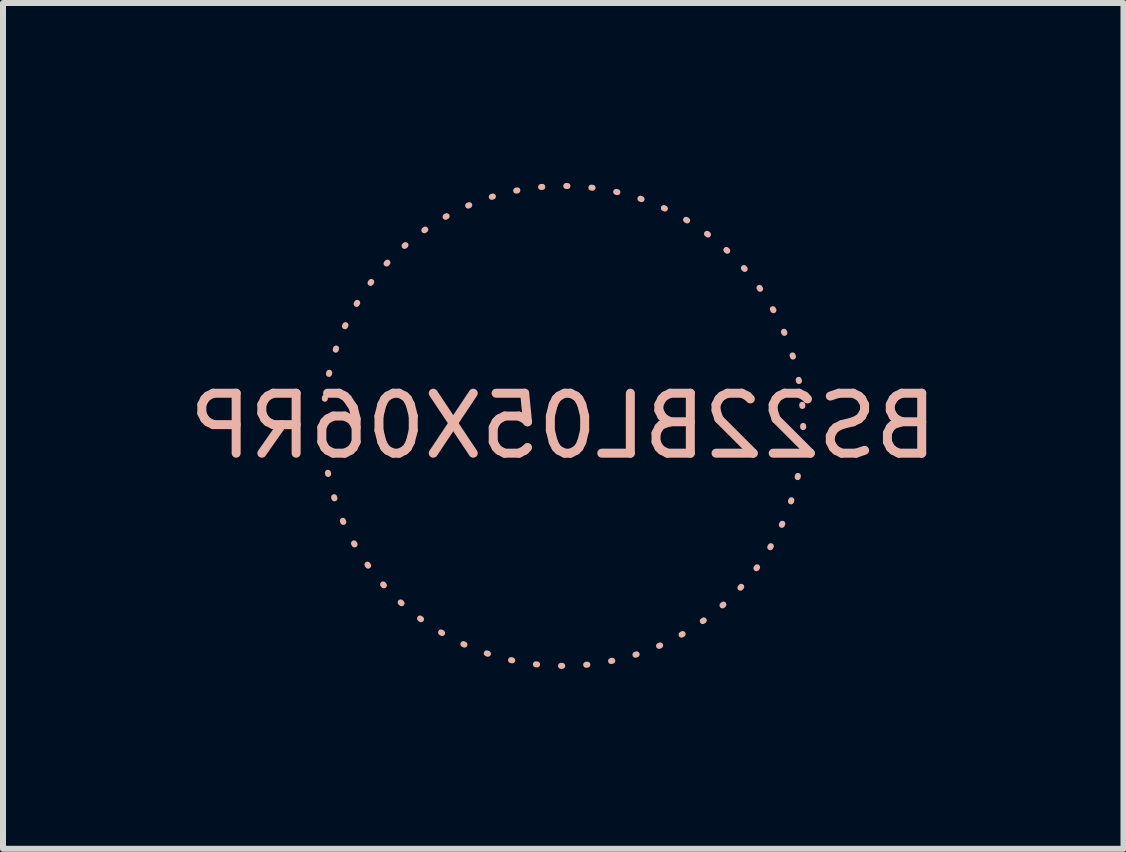
<source format=kicad_pcb>
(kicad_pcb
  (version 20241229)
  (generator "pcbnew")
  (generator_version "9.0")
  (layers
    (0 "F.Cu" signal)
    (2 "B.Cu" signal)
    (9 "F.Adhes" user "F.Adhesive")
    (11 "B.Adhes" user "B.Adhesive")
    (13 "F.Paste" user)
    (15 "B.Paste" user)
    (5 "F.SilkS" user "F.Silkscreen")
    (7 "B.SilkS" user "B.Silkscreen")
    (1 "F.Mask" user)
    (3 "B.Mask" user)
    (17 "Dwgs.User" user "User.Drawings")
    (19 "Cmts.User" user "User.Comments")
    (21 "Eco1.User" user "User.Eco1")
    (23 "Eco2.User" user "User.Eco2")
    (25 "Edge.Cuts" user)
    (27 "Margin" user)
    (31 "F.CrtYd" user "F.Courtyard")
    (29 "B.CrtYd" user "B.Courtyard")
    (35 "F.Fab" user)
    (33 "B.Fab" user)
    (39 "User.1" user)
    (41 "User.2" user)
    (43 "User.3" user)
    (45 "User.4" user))
  (footprint "BS22BL05X06RP"
    (layer "F.Cu")
    (at 6.339 4.05)
    (property "Reference" "BS22BL05X06RP" (at 0 0 0) (unlocked yes) (layer "B.SilkS") (effects (font (size 1 1) (thickness 0.15)) (justify mirror)))
    (fp_circle (center 0 0) (end 4 0) (stroke (width 0.1) (type dot)) (fill no) (layer "B.SilkS")))
  (gr_rect
    (start -3 -3)
    (end 15.679 11.1)
    (stroke (width 0.1) (type default))
    (fill no)
    (layer "Edge.Cuts")))
</source>
